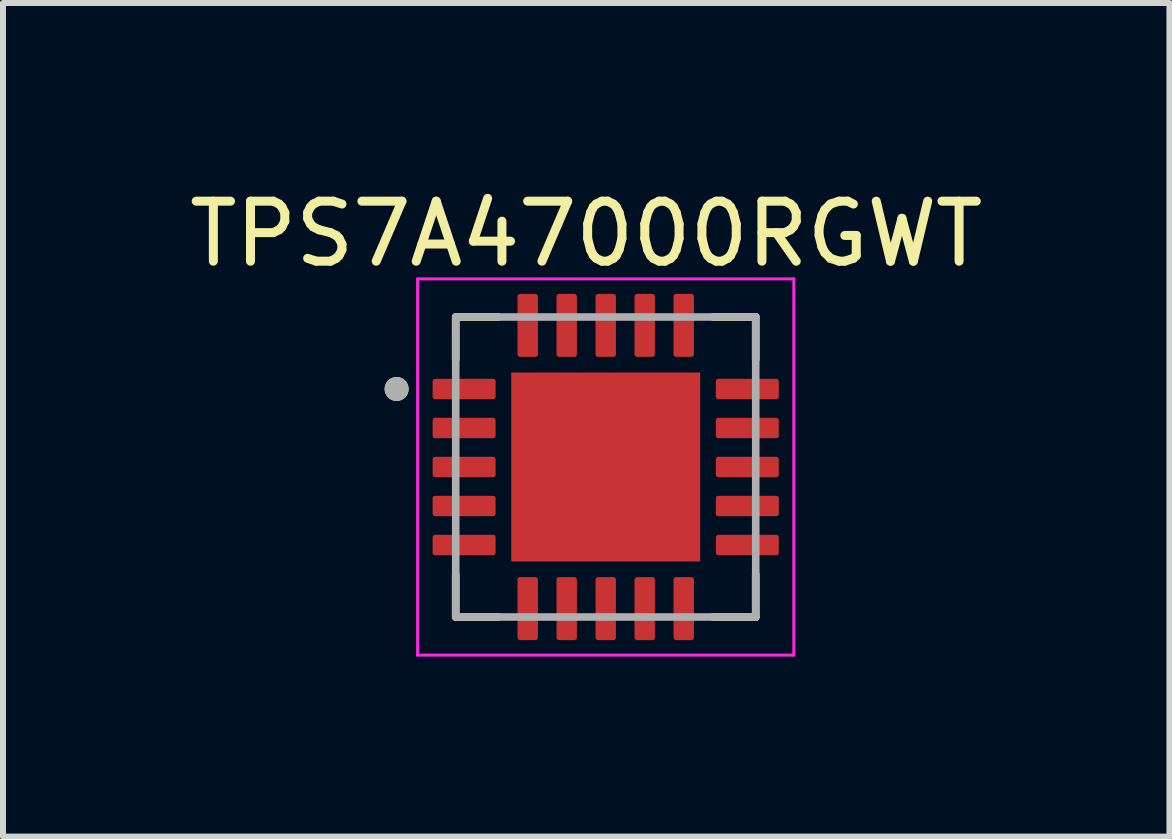
<source format=kicad_pcb>
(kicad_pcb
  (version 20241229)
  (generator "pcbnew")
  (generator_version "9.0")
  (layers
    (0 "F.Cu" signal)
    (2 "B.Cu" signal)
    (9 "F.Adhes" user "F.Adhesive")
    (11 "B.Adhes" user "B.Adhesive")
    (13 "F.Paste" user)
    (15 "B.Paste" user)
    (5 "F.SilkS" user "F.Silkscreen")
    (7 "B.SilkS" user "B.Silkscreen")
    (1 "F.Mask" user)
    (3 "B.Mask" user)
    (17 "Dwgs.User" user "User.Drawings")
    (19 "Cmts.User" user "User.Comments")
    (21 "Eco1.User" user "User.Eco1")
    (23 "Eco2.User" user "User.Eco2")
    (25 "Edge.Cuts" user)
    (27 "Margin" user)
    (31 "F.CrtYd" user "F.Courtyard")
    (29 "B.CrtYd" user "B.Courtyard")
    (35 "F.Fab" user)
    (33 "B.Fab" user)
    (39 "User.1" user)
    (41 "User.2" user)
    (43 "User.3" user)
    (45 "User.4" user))
  (footprint "TPS7A47000RGWT"
    (layer "F.Cu")
    (at 7.045 4.733)
    (property "Reference" "TPS7A47000RGWT" (at -0.325 -3.885 0) (layer "F.SilkS") (effects (font (size 1 1) (thickness 0.15))))
    (attr smd)
    (fp_line (start -2.5 -2.5) (end -2.5 -1.79) (stroke (width 0.127) (type solid)) (layer "F.SilkS"))
    (fp_line (start -2.5 -2.5) (end -1.79 -2.5) (stroke (width 0.127) (type solid)) (layer "F.SilkS"))
    (fp_line (start -2.5 2.5) (end -2.5 1.79) (stroke (width 0.127) (type solid)) (layer "F.SilkS"))
    (fp_line (start -2.5 2.5) (end -1.79 2.5) (stroke (width 0.127) (type solid)) (layer "F.SilkS"))
    (fp_line (start 2.5 -2.5) (end 1.79 -2.5) (stroke (width 0.127) (type solid)) (layer "F.SilkS"))
    (fp_line (start 2.5 -2.5) (end 2.5 -1.79) (stroke (width 0.127) (type solid)) (layer "F.SilkS"))
    (fp_line (start 2.5 2.5) (end 1.79 2.5) (stroke (width 0.127) (type solid)) (layer "F.SilkS"))
    (fp_line (start 2.5 2.5) (end 2.5 1.79) (stroke (width 0.127) (type solid)) (layer "F.SilkS"))
    (fp_circle (center -3.485 -1.3) (end -3.385 -1.3) (stroke (width 0.2) (type solid)) (fill no) (layer "F.SilkS"))
    (fp_poly (pts (xy -1.195 -1.195) (xy -0.195 -1.195) (xy -0.195 -0.195) (xy -1.195 -0.195)) (stroke (width 0.01) (type solid)) (fill yes) (layer "F.Paste"))
    (fp_poly (pts (xy -1.195 0.195) (xy -0.195 0.195) (xy -0.195 1.195) (xy -1.195 1.195)) (stroke (width 0.01) (type solid)) (fill yes) (layer "F.Paste"))
    (fp_poly (pts (xy 0.195 -1.195) (xy 1.195 -1.195) (xy 1.195 -0.195) (xy 0.195 -0.195)) (stroke (width 0.01) (type solid)) (fill yes) (layer "F.Paste"))
    (fp_poly (pts (xy 0.195 0.195) (xy 1.195 0.195) (xy 1.195 1.195) (xy 0.195 1.195)) (stroke (width 0.01) (type solid)) (fill yes) (layer "F.Paste"))
    (fp_line (start -3.135 -3.135) (end 3.135 -3.135) (stroke (width 0.05) (type solid)) (layer "F.CrtYd"))
    (fp_line (start -3.135 3.135) (end -3.135 -3.135) (stroke (width 0.05) (type solid)) (layer "F.CrtYd"))
    (fp_line (start -3.135 3.135) (end 3.135 3.135) (stroke (width 0.05) (type solid)) (layer "F.CrtYd"))
    (fp_line (start 3.135 3.135) (end 3.135 -3.135) (stroke (width 0.05) (type solid)) (layer "F.CrtYd"))
    (fp_line (start -2.5 2.5) (end -2.5 -2.5) (stroke (width 0.127) (type solid)) (layer "F.Fab"))
    (fp_line (start 2.5 -2.5) (end -2.5 -2.5) (stroke (width 0.127) (type solid)) (layer "F.Fab"))
    (fp_line (start 2.5 2.5) (end -2.5 2.5) (stroke (width 0.127) (type solid)) (layer "F.Fab"))
    (fp_line (start 2.5 2.5) (end 2.5 -2.5) (stroke (width 0.127) (type solid)) (layer "F.Fab"))
    (fp_circle (center -3.485 -1.3) (end -3.385 -1.3) (stroke (width 0.2) (type solid)) (fill no) (layer "F.Fab"))
    (pad "1" smd roundrect (at -2.36 -1.3) (size 1.05 0.34) (layers "F.Cu" "F.Mask" "F.Paste") (roundrect_rratio 0.125))
    (pad "2" smd roundrect (at -2.36 -0.65) (size 1.05 0.34) (layers "F.Cu" "F.Mask" "F.Paste") (roundrect_rratio 0.125))
    (pad "3" smd roundrect (at -2.36 0) (size 1.05 0.34) (layers "F.Cu" "F.Mask" "F.Paste") (roundrect_rratio 0.125))
    (pad "4" smd roundrect (at -2.36 0.65) (size 1.05 0.34) (layers "F.Cu" "F.Mask" "F.Paste") (roundrect_rratio 0.125))
    (pad "5" smd roundrect (at -2.36 1.3) (size 1.05 0.34) (layers "F.Cu" "F.Mask" "F.Paste") (roundrect_rratio 0.125))
    (pad "6" smd roundrect (at -1.3 2.36) (size 0.34 1.05) (layers "F.Cu" "F.Mask" "F.Paste") (roundrect_rratio 0.125))
    (pad "7" smd roundrect (at -0.65 2.36) (size 0.34 1.05) (layers "F.Cu" "F.Mask" "F.Paste") (roundrect_rratio 0.125))
    (pad "8" smd roundrect (at 0 2.36) (size 0.34 1.05) (layers "F.Cu" "F.Mask" "F.Paste") (roundrect_rratio 0.125))
    (pad "9" smd roundrect (at 0.65 2.36) (size 0.34 1.05) (layers "F.Cu" "F.Mask" "F.Paste") (roundrect_rratio 0.125))
    (pad "10" smd roundrect (at 1.3 2.36) (size 0.34 1.05) (layers "F.Cu" "F.Mask" "F.Paste") (roundrect_rratio 0.125))
    (pad "11" smd roundrect (at 2.36 1.3) (size 1.05 0.34) (layers "F.Cu" "F.Mask" "F.Paste") (roundrect_rratio 0.125))
    (pad "12" smd roundrect (at 2.36 0.65) (size 1.05 0.34) (layers "F.Cu" "F.Mask" "F.Paste") (roundrect_rratio 0.125))
    (pad "13" smd roundrect (at 2.36 0) (size 1.05 0.34) (layers "F.Cu" "F.Mask" "F.Paste") (roundrect_rratio 0.125))
    (pad "14" smd roundrect (at 2.36 -0.65) (size 1.05 0.34) (layers "F.Cu" "F.Mask" "F.Paste") (roundrect_rratio 0.125))
    (pad "15" smd roundrect (at 2.36 -1.3) (size 1.05 0.34) (layers "F.Cu" "F.Mask" "F.Paste") (roundrect_rratio 0.125))
    (pad "16" smd roundrect (at 1.3 -2.36) (size 0.34 1.05) (layers "F.Cu" "F.Mask" "F.Paste") (roundrect_rratio 0.125))
    (pad "17" smd roundrect (at 0.65 -2.36) (size 0.34 1.05) (layers "F.Cu" "F.Mask" "F.Paste") (roundrect_rratio 0.125))
    (pad "18" smd roundrect (at 0 -2.36) (size 0.34 1.05) (layers "F.Cu" "F.Mask" "F.Paste") (roundrect_rratio 0.125))
    (pad "19" smd roundrect (at -0.65 -2.36) (size 0.34 1.05) (layers "F.Cu" "F.Mask" "F.Paste") (roundrect_rratio 0.125))
    (pad "20" smd roundrect (at -1.3 -2.36) (size 0.34 1.05) (layers "F.Cu" "F.Mask" "F.Paste") (roundrect_rratio 0.125))
    (pad "21" smd rect (at 0 0) (size 3.15 3.15) (layers "F.Cu" "F.Mask")))
  (gr_rect
    (start -3 -3)
    (end 16.44 10.893)
    (stroke (width 0.1) (type default))
    (fill no)
    (layer "Edge.Cuts")))
</source>
